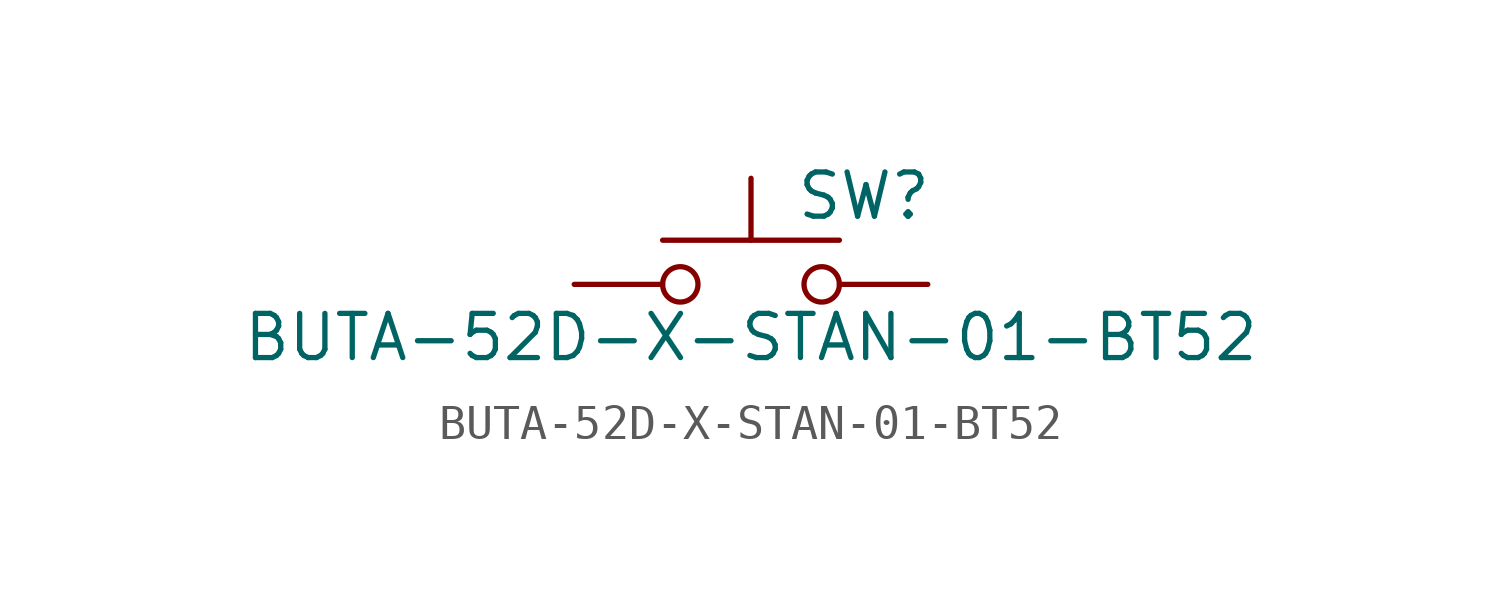
<source format=kicad_sym>
(kicad_symbol_lib
  (version 20211014)
  (generator kicad_symbol_editor)
  (symbol "BUTA-52D-X-STAN-01-BT52"
    (pin_numbers hide)
    (pin_names
      (offset 1.016) hide)
    (property "Reference" "SW"
      (at 1.27 2.54 0)
      (effects (font (size 1.27 1.27)) (justify left)))
    (property "Value" "BUTA-52D-X-STAN-01-BT52"
      (at 0 -1.524 0)
      (effects (font (size 1.27 1.27))))
    (symbol "BUTA-52D-X-STAN-01-BT52_0_1"
      (circle (center -2.032 0) (radius 0.508) (stroke (width 0) (type default) (color 0 0 0 0)) (fill (type none)))
      (polyline (pts (xy 0 1.27) (xy 0 3.048)) (stroke (width 0) (type default) (color 0 0 0 0)) (fill (type none)))
      (polyline (pts (xy 2.54 1.27) (xy -2.54 1.27)) (stroke (width 0) (type default) (color 0 0 0 0)) (fill (type none)))
      (circle (center 2.032 0) (radius 0.508) (stroke (width 0) (type default) (color 0 0 0 0)) (fill (type none)))
      (pin passive line (at -5.08 0 0) (length 2.54) (name "1" (effects (font (size 1.27 1.27)))) (number "1" (effects (font (size 1.27 1.27)))))
      (pin passive line (at 5.08 0 180) (length 2.54) (name "2" (effects (font (size 1.27 1.27)))) (number "2" (effects (font (size 1.27 1.27))))))))
</source>
